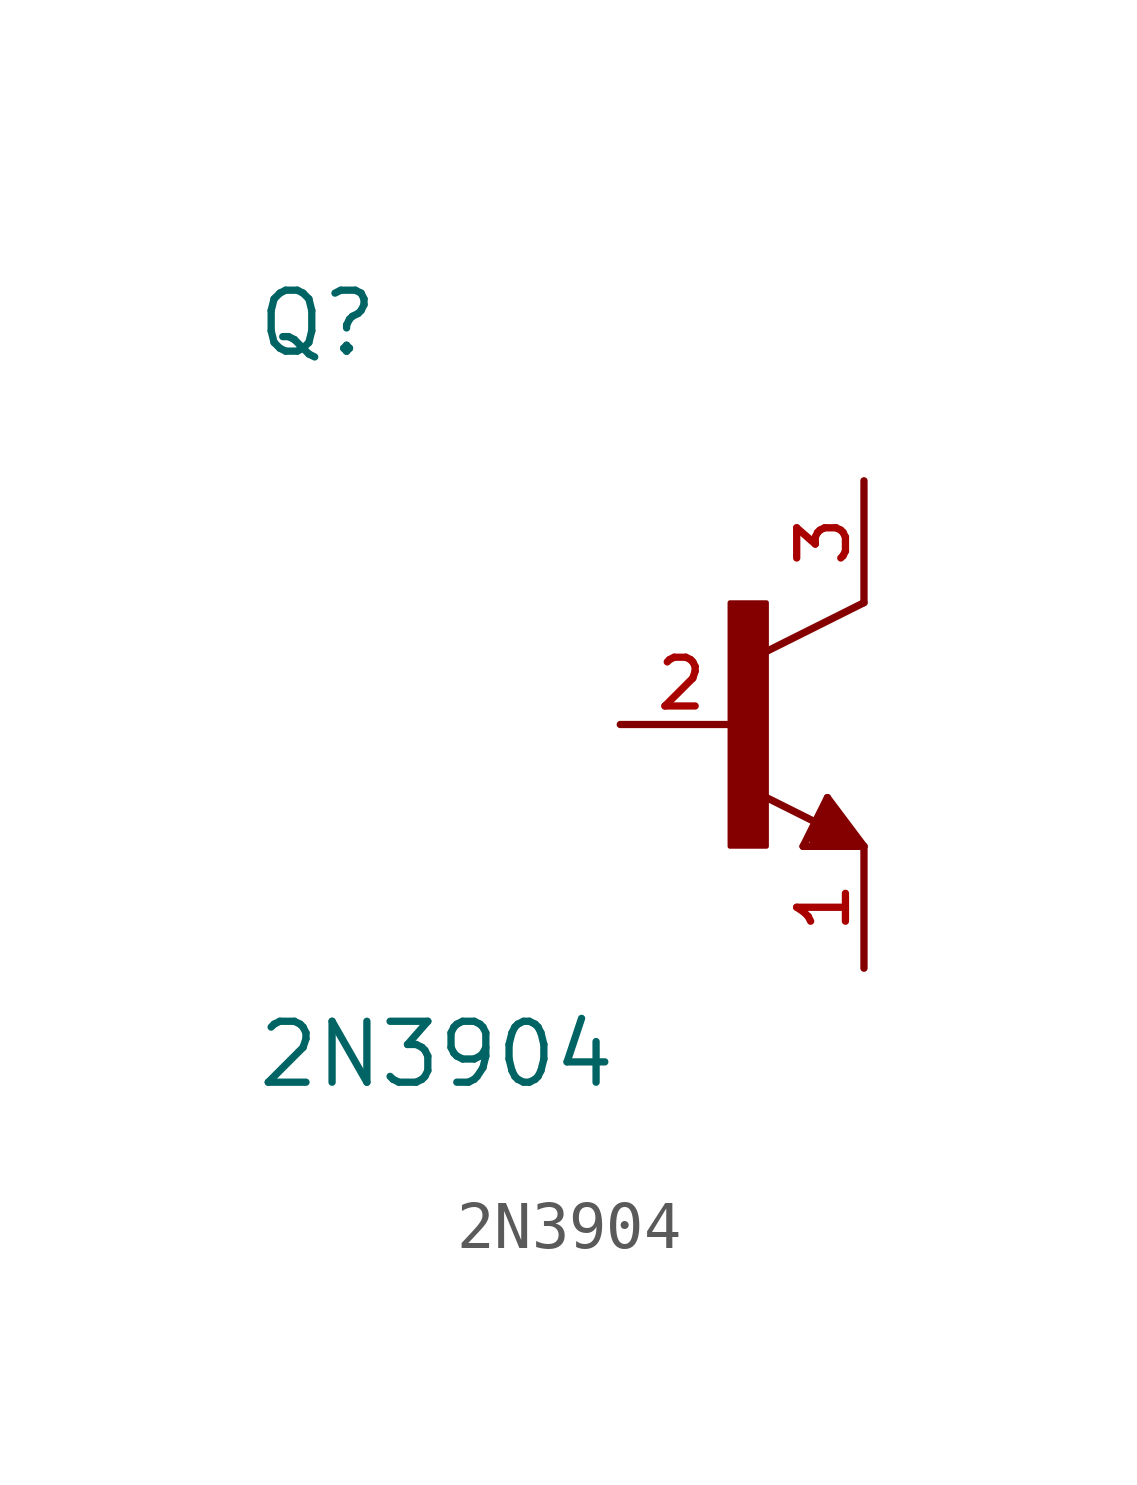
<source format=kicad_sym>
(kicad_symbol_lib
  (version 20211014)
  (generator kicad_symbol_editor)
  (symbol "2N3904"
    (pin_names
      (offset 1.016))
    (property "Reference" "Q"
      (at -10.16 7.62 0)
      (effects (font (size 1.27 1.27)) (justify bottom left)))
    (property "Value" "2N3904"
      (at -10.16 -7.62 0)
      (effects (font (size 1.27 1.27)) (justify bottom left)))
    (symbol "2N3904_0_0"
      (polyline (pts (xy 2.54 2.54) (xy 0.508 1.524)) (stroke (width 0.152)))
      (polyline (pts (xy 1.778 -1.524) (xy 2.54 -2.54)) (stroke (width 0.152)))
      (polyline (pts (xy 2.54 -2.54) (xy 1.27 -2.54)) (stroke (width 0.152)))
      (polyline (pts (xy 1.27 -2.54) (xy 1.778 -1.524)) (stroke (width 0.152)))
      (polyline (pts (xy 1.54 -2.04) (xy 0.308 -1.424)) (stroke (width 0.152)))
      (polyline (pts (xy 1.524 -2.413) (xy 2.286 -2.413)) (stroke (width 0.254)))
      (polyline (pts (xy 2.286 -2.413) (xy 1.778 -1.778)) (stroke (width 0.254)))
      (polyline (pts (xy 1.778 -1.778) (xy 1.524 -2.286)) (stroke (width 0.254)))
      (polyline (pts (xy 1.524 -2.286) (xy 1.905 -2.286)) (stroke (width 0.254)))
      (polyline (pts (xy 1.905 -2.286) (xy 1.778 -2.032)) (stroke (width 0.254)))
      (rectangle (start -0.254 -2.54) (end 0.508 2.54) (stroke (width 0.1)) (fill (type outline)))
      (pin passive line (at -2.54 0.0 0) (length 2.54) (name "~" (effects (font (size 1.016 1.016)))) (number "2" (effects (font (size 1.016 1.016)))))
      (pin passive line (at 2.54 -5.08 90.0) (length 2.54) (name "~" (effects (font (size 1.016 1.016)))) (number "1" (effects (font (size 1.016 1.016)))))
      (pin passive line (at 2.54 5.08 270.0) (length 2.54) (name "~" (effects (font (size 1.016 1.016)))) (number "3" (effects (font (size 1.016 1.016))))))))
</source>
